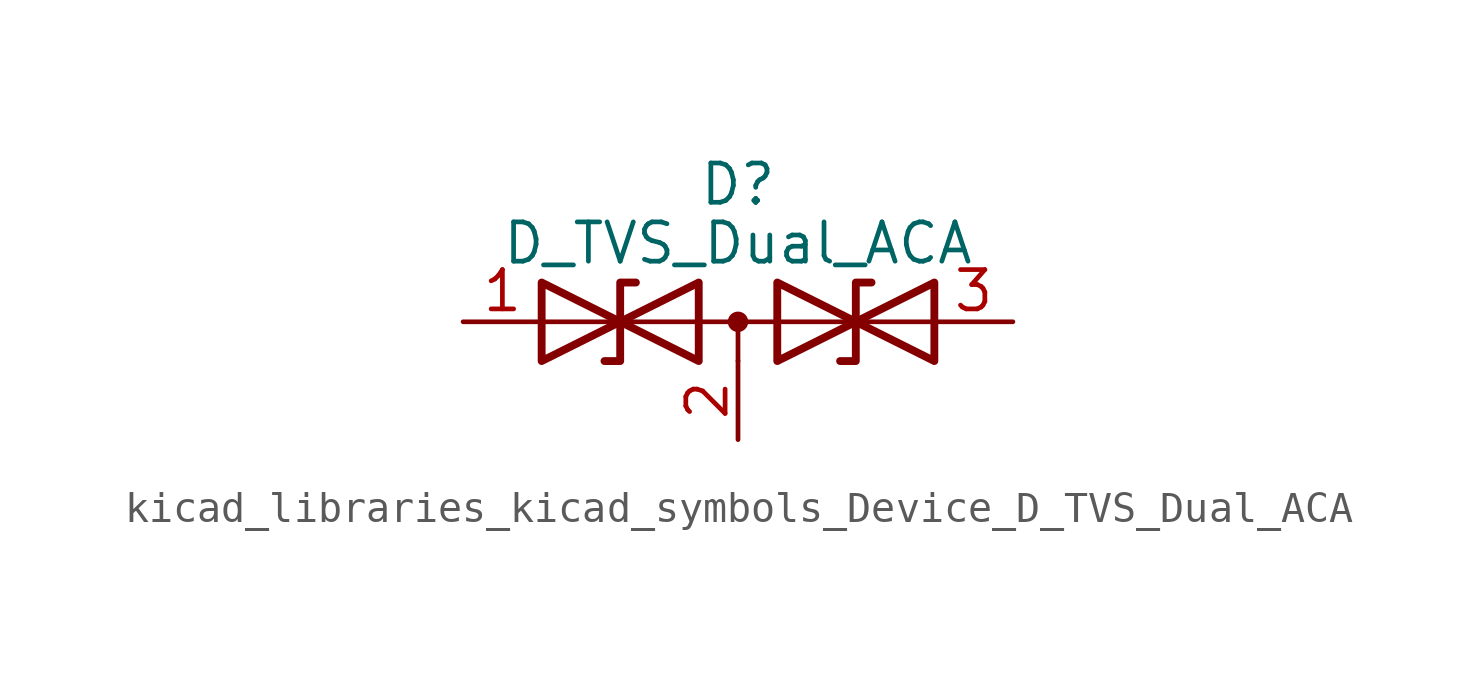
<source format=kicad_sym>
(kicad_symbol_lib
  (version 20220914)
  (generator kicad_symbol_editor)
  (symbol "kicad_libraries_kicad_symbols_Device_D_TVS_Dual_ACA"
    (pin_names
      (offset 1.016) hide)
    (property "Reference" "D"
      (at 0 4.445 0)
      (effects (font (size 1.27 1.27))))
    (property "Value" "D_TVS_Dual_ACA"
      (at 0 2.54 0)
      (effects (font (size 1.27 1.27))))
    (symbol "kicad_libraries_kicad_symbols_Device_D_TVS_Dual_ACA_0_0"
      (polyline (pts (xy -6.35 -1.27) (xy -1.27 1.27) (xy -1.27 -1.27) (xy -6.35 1.27) (xy -6.35 -1.27)) (stroke (width 0.254) (type default)) (fill (type none)))
      (polyline (pts (xy 1.27 1.27) (xy 1.27 -1.27) (xy 6.35 1.27) (xy 6.35 -1.27) (xy 1.27 1.27)) (stroke (width 0.254) (type default)) (fill (type none))))
    (symbol "kicad_libraries_kicad_symbols_Device_D_TVS_Dual_ACA_0_1"
      (polyline (pts (xy -6.35 0) (xy 6.35 0)) (stroke (width 0) (type default)) (fill (type none)))
      (polyline (pts (xy 0 0) (xy 0 -1.27)) (stroke (width 0) (type default)) (fill (type none)))
      (polyline (pts (xy -3.302 1.27) (xy -3.81 1.27) (xy -3.81 -1.27) (xy -4.318 -1.27)) (stroke (width 0.254) (type default)) (fill (type none)))
      (polyline (pts (xy 4.318 1.27) (xy 3.81 1.27) (xy 3.81 -1.27) (xy 3.302 -1.27)) (stroke (width 0.254) (type default)) (fill (type none)))
      (circle (center 0 0) (radius 0.254) (stroke (width 0) (type default)) (fill (type outline))))
    (symbol "kicad_libraries_kicad_symbols_Device_D_TVS_Dual_ACA_1_1"
      (pin passive line (at -8.89 0 0) (length 2.54) (name "A1" (effects (font (size 1.27 1.27)))) (number "1" (effects (font (size 1.27 1.27)))))
      (pin input line (at 0 -3.81 90) (length 2.54) (name "common" (effects (font (size 1.27 1.27)))) (number "2" (effects (font (size 1.27 1.27)))))
      (pin passive line (at 8.89 0 180) (length 2.54) (name "A2" (effects (font (size 1.27 1.27)))) (number "3" (effects (font (size 1.27 1.27))))))))
</source>
